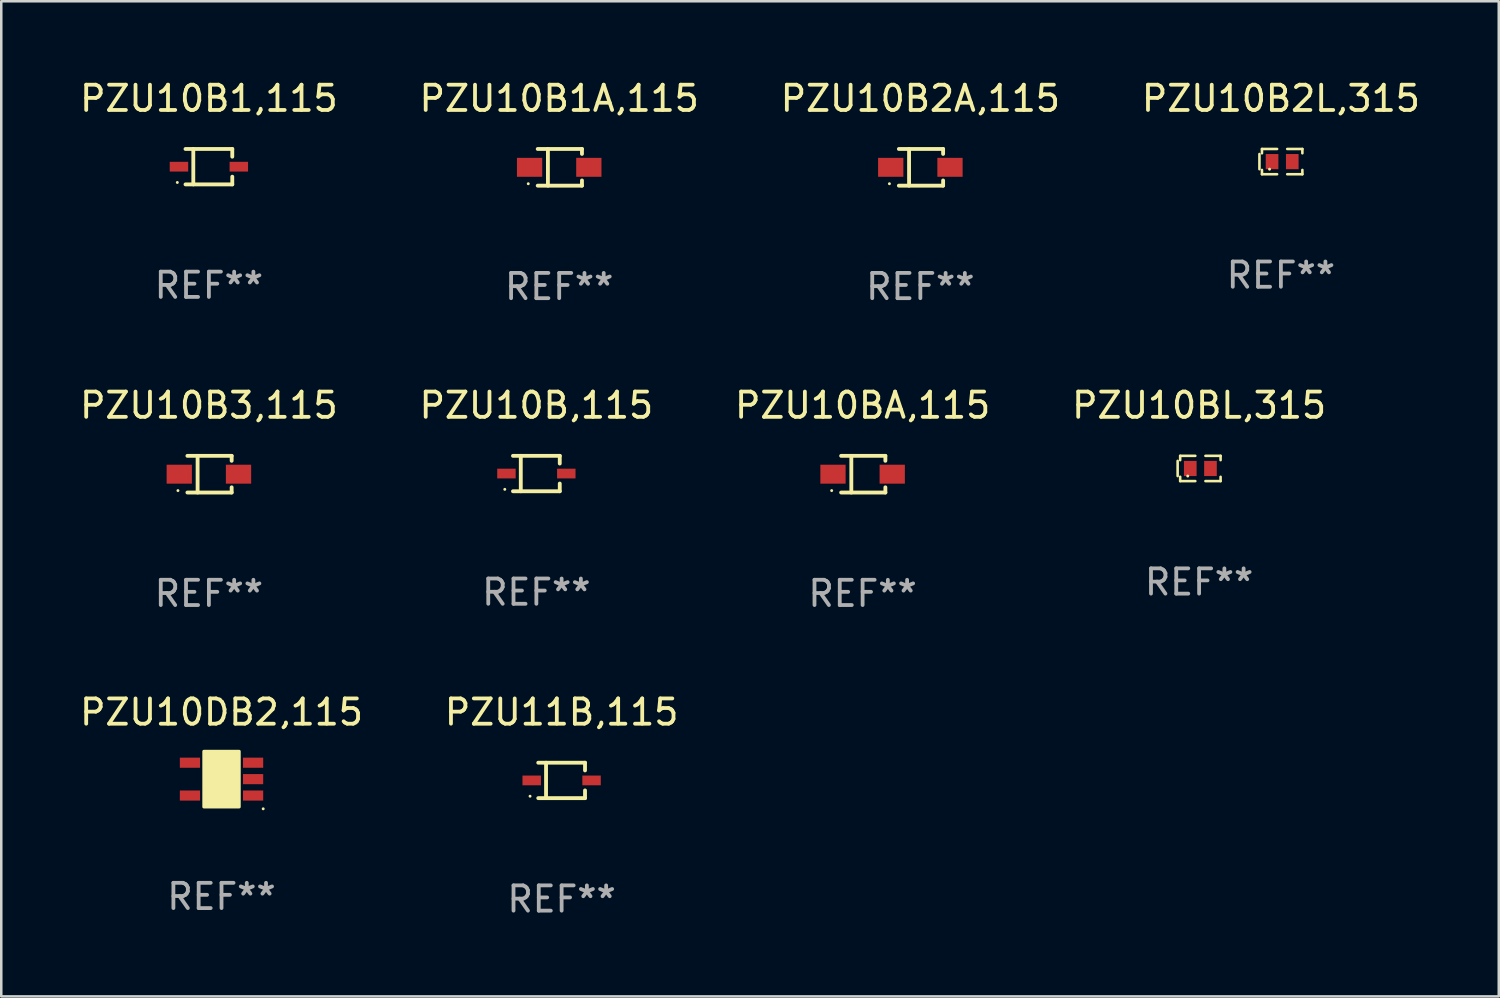
<source format=kicad_pcb>
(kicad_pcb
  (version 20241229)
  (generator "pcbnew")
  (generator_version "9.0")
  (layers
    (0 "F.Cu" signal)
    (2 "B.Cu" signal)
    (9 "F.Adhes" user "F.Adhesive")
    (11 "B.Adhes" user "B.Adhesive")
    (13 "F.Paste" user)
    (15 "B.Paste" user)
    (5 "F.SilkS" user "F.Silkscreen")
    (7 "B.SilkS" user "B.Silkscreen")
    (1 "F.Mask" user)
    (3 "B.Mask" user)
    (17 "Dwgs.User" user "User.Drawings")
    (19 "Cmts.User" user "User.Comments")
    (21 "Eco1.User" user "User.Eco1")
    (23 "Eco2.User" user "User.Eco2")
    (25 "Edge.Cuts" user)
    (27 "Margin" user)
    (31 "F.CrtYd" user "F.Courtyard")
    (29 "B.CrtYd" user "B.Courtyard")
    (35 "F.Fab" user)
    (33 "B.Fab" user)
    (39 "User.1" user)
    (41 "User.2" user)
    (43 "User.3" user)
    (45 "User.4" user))
  (footprint "PZU10B3,115"
    (layer "F.Cu")
    (at 5.22 15.723)
    (property "Reference" "PZU10B3,115" (at 0 -2.726 0) (layer "F.SilkS") (effects (font (size 1 1) (thickness 0.15))))
    (attr through_hole)
    (fp_line (start -0.851 -0.726) (end 0.901 -0.726) (stroke (width 0.152) (type solid)) (layer "F.SilkS"))
    (fp_line (start -0.851 0.726) (end 0.901 0.726) (stroke (width 0.152) (type solid)) (layer "F.SilkS"))
    (fp_line (start -0.447 -0.726) (end -0.447 0.726) (stroke (width 0.152) (type solid)) (layer "F.SilkS"))
    (fp_line (start 0.901 -0.726) (end 0.901 -0.53) (stroke (width 0.152) (type solid)) (layer "F.SilkS"))
    (fp_line (start 0.901 0.726) (end 0.901 0.52) (stroke (width 0.152) (type solid)) (layer "F.SilkS"))
    (fp_circle (center -1.225 0.65) (end -1.195 0.65) (stroke (width 0.06) (type solid)) (fill no) (layer "F.SilkS"))
    (fp_text user "REF**" (at 0 4.726 0) (layer "F.Fab") (effects (font (size 1 1) (thickness 0.15))))
    (pad "1" smd rect (at -1.173 0) (size 1 0.75) (layers "F.Cu" "F.Mask" "F.Paste"))
    (pad "2" smd rect (at 1.173 0) (size 1 0.75) (layers "F.Cu" "F.Mask" "F.Paste")))
  (footprint "PZU11B,115"
    (layer "F.Cu")
    (at 19.185 27.847)
    (property "Reference" "PZU11B,115" (at 0 -2.701 0) (layer "F.SilkS") (effects (font (size 1 1) (thickness 0.15))))
    (attr through_hole)
    (fp_line (start -0.926 -0.701) (end 0.926 -0.701) (stroke (width 0.152) (type solid)) (layer "F.SilkS"))
    (fp_line (start -0.926 0.701) (end 0.926 0.701) (stroke (width 0.152) (type solid)) (layer "F.SilkS"))
    (fp_line (start -0.617 -0.701) (end -0.617 0.701) (stroke (width 0.152) (type solid)) (layer "F.SilkS"))
    (fp_line (start 0.926 -0.701) (end 0.926 -0.396) (stroke (width 0.152) (type solid)) (layer "F.SilkS"))
    (fp_line (start 0.926 0.701) (end 0.926 0.396) (stroke (width 0.152) (type solid)) (layer "F.SilkS"))
    (fp_circle (center -1.25 0.625) (end -1.22 0.625) (stroke (width 0.06) (type solid)) (fill no) (layer "F.SilkS"))
    (fp_text user "REF**" (at 0 4.701 0) (layer "F.Fab") (effects (font (size 1 1) (thickness 0.15))))
    (pad "1" smd rect (at -1.185 0 180) (size 0.73 0.385) (layers "F.Cu" "F.Mask" "F.Paste"))
    (pad "2" smd rect (at 1.185 0 180) (size 0.73 0.385) (layers "F.Cu" "F.Mask" "F.Paste")))
  (footprint "PZU10B1A,115"
    (layer "F.Cu")
    (at 19.089 3.574)
    (property "Reference" "PZU10B1A,115" (at 0 -2.726 0) (layer "F.SilkS") (effects (font (size 1 1) (thickness 0.15))))
    (attr through_hole)
    (fp_line (start -0.851 -0.726) (end 0.901 -0.726) (stroke (width 0.152) (type solid)) (layer "F.SilkS"))
    (fp_line (start -0.851 0.726) (end 0.901 0.726) (stroke (width 0.152) (type solid)) (layer "F.SilkS"))
    (fp_line (start -0.447 -0.726) (end -0.447 0.726) (stroke (width 0.152) (type solid)) (layer "F.SilkS"))
    (fp_line (start 0.901 -0.726) (end 0.901 -0.53) (stroke (width 0.152) (type solid)) (layer "F.SilkS"))
    (fp_line (start 0.901 0.726) (end 0.901 0.52) (stroke (width 0.152) (type solid)) (layer "F.SilkS"))
    (fp_circle (center -1.225 0.65) (end -1.195 0.65) (stroke (width 0.06) (type solid)) (fill no) (layer "F.SilkS"))
    (fp_text user "REF**" (at 0 4.726 0) (layer "F.Fab") (effects (font (size 1 1) (thickness 0.15))))
    (pad "1" smd rect (at -1.173 0) (size 1 0.75) (layers "F.Cu" "F.Mask" "F.Paste"))
    (pad "2" smd rect (at 1.173 0) (size 1 0.75) (layers "F.Cu" "F.Mask" "F.Paste")))
  (footprint "PZU10B,115"
    (layer "F.Cu")
    (at 18.185 15.698)
    (property "Reference" "PZU10B,115" (at 0 -2.701 0) (layer "F.SilkS") (effects (font (size 1 1) (thickness 0.15))))
    (attr through_hole)
    (fp_line (start -0.926 -0.701) (end 0.926 -0.701) (stroke (width 0.152) (type solid)) (layer "F.SilkS"))
    (fp_line (start -0.926 0.701) (end 0.926 0.701) (stroke (width 0.152) (type solid)) (layer "F.SilkS"))
    (fp_line (start -0.617 -0.701) (end -0.617 0.701) (stroke (width 0.152) (type solid)) (layer "F.SilkS"))
    (fp_line (start 0.926 -0.701) (end 0.926 -0.396) (stroke (width 0.152) (type solid)) (layer "F.SilkS"))
    (fp_line (start 0.926 0.701) (end 0.926 0.396) (stroke (width 0.152) (type solid)) (layer "F.SilkS"))
    (fp_circle (center -1.25 0.625) (end -1.22 0.625) (stroke (width 0.06) (type solid)) (fill no) (layer "F.SilkS"))
    (fp_text user "REF**" (at 0 4.701 0) (layer "F.Fab") (effects (font (size 1 1) (thickness 0.15))))
    (pad "1" smd rect (at -1.185 0 180) (size 0.73 0.385) (layers "F.Cu" "F.Mask" "F.Paste"))
    (pad "2" smd rect (at 1.185 0 180) (size 0.73 0.385) (layers "F.Cu" "F.Mask" "F.Paste")))
  (footprint "PZU10BA,115"
    (layer "F.Cu")
    (at 31.101 15.723)
    (property "Reference" "PZU10BA,115" (at 0 -2.726 0) (layer "F.SilkS") (effects (font (size 1 1) (thickness 0.15))))
    (attr through_hole)
    (fp_line (start -0.851 -0.726) (end 0.901 -0.726) (stroke (width 0.152) (type solid)) (layer "F.SilkS"))
    (fp_line (start -0.851 0.726) (end 0.901 0.726) (stroke (width 0.152) (type solid)) (layer "F.SilkS"))
    (fp_line (start -0.447 -0.726) (end -0.447 0.726) (stroke (width 0.152) (type solid)) (layer "F.SilkS"))
    (fp_line (start 0.901 -0.726) (end 0.901 -0.53) (stroke (width 0.152) (type solid)) (layer "F.SilkS"))
    (fp_line (start 0.901 0.726) (end 0.901 0.52) (stroke (width 0.152) (type solid)) (layer "F.SilkS"))
    (fp_circle (center -1.225 0.65) (end -1.195 0.65) (stroke (width 0.06) (type solid)) (fill no) (layer "F.SilkS"))
    (fp_text user "REF**" (at 0 4.726 0) (layer "F.Fab") (effects (font (size 1 1) (thickness 0.15))))
    (pad "1" smd rect (at -1.173 0) (size 1 0.75) (layers "F.Cu" "F.Mask" "F.Paste"))
    (pad "2" smd rect (at 1.173 0) (size 1 0.75) (layers "F.Cu" "F.Mask" "F.Paste")))
  (footprint "PZU10DB2,115"
    (layer "F.Cu")
    (at 5.72 27.796)
    (property "Reference" "PZU10DB2,115" (at 0 -2.65 0) (layer "F.SilkS") (effects (font (size 1 1) (thickness 0.15))))
    (attr through_hole)
    (fp_arc (start 0.381001 0.637541) (mid 0.380995 0.636271) (end 0.381001 0.635001) (stroke (width 0.24892) (type solid)) (layer "F.SilkS"))
    (fp_circle (center 1.65 1.175) (end 1.68 1.175) (stroke (width 0.06) (type solid)) (fill no) (layer "F.SilkS"))
    (fp_poly (pts (xy -0.7 -1.1) (xy 0.7 -1.1) (xy 0.7 1.1) (xy -0.7 1.1)) (stroke (width 0.12) (type solid)) (fill yes) (layer "F.SilkS"))
    (fp_text user "REF**" (at 0 4.65 0) (layer "F.Fab") (effects (font (size 1 1) (thickness 0.15))))
    (pad "1" smd rect (at 1.25 0.65 270) (size 0.4 0.8) (layers "F.Cu" "F.Mask" "F.Paste"))
    (pad "2" smd rect (at 1.25 0 270) (size 0.4 0.8) (layers "F.Cu" "F.Mask" "F.Paste"))
    (pad "3" smd rect (at 1.25 -0.65 270) (size 0.4 0.8) (layers "F.Cu" "F.Mask" "F.Paste"))
    (pad "4" smd rect (at -1.25 -0.65 270) (size 0.4 0.8) (layers "F.Cu" "F.Mask" "F.Paste"))
    (pad "5" smd rect (at -1.25 0.65 270) (size 0.4 0.8) (layers "F.Cu" "F.Mask" "F.Paste")))
  (footprint "PZU10B2L,315"
    (layer "F.Cu")
    (at 47.661 3.348)
    (property "Reference" "PZU10B2L,315" (at 0 -2.5 0) (layer "F.SilkS") (effects (font (size 1 1) (thickness 0.15))))
    (attr through_hole)
    (fp_line (start -0.85 -0.3) (end -0.85 0.3) (stroke (width 0.102) (type solid)) (layer "F.SilkS"))
    (fp_line (start -0.75 -0.5) (end -0.75 -0.329) (stroke (width 0.102) (type solid)) (layer "F.SilkS"))
    (fp_line (start -0.75 0.329) (end -0.75 0.5) (stroke (width 0.102) (type solid)) (layer "F.SilkS"))
    (fp_line (start -0.75 0.5) (end -0.15 0.5) (stroke (width 0.102) (type solid)) (layer "F.SilkS"))
    (fp_line (start -0.15 -0.5) (end -0.75 -0.5) (stroke (width 0.102) (type solid)) (layer "F.SilkS"))
    (fp_line (start 0.25 -0.5) (end 0.85 -0.5) (stroke (width 0.102) (type solid)) (layer "F.SilkS"))
    (fp_line (start 0.85 -0.5) (end 0.85 -0.33) (stroke (width 0.102) (type solid)) (layer "F.SilkS"))
    (fp_line (start 0.85 0.33) (end 0.85 0.5) (stroke (width 0.102) (type solid)) (layer "F.SilkS"))
    (fp_line (start 0.85 0.5) (end 0.25 0.5) (stroke (width 0.102) (type solid)) (layer "F.SilkS"))
    (fp_circle (center -0.45 0.3) (end -0.42 0.3) (stroke (width 0.06) (type solid)) (fill no) (layer "F.SilkS"))
    (fp_text user "REF**" (at 0 4.5 0) (layer "F.Fab") (effects (font (size 1 1) (thickness 0.15))))
    (pad "1" smd rect (at -0.35 0) (size 0.5 0.6) (layers "F.Cu" "F.Mask" "F.Paste"))
    (pad "2" smd rect (at 0.45 0) (size 0.5 0.6) (layers "F.Cu" "F.Mask" "F.Paste")))
  (footprint "PZU10B2A,115"
    (layer "F.Cu")
    (at 33.387 3.574)
    (property "Reference" "PZU10B2A,115" (at 0 -2.726 0) (layer "F.SilkS") (effects (font (size 1 1) (thickness 0.15))))
    (attr through_hole)
    (fp_line (start -0.851 -0.726) (end 0.901 -0.726) (stroke (width 0.152) (type solid)) (layer "F.SilkS"))
    (fp_line (start -0.851 0.726) (end 0.901 0.726) (stroke (width 0.152) (type solid)) (layer "F.SilkS"))
    (fp_line (start -0.447 -0.726) (end -0.447 0.726) (stroke (width 0.152) (type solid)) (layer "F.SilkS"))
    (fp_line (start 0.901 -0.726) (end 0.901 -0.53) (stroke (width 0.152) (type solid)) (layer "F.SilkS"))
    (fp_line (start 0.901 0.726) (end 0.901 0.52) (stroke (width 0.152) (type solid)) (layer "F.SilkS"))
    (fp_circle (center -1.225 0.65) (end -1.195 0.65) (stroke (width 0.06) (type solid)) (fill no) (layer "F.SilkS"))
    (fp_text user "REF**" (at 0 4.726 0) (layer "F.Fab") (effects (font (size 1 1) (thickness 0.15))))
    (pad "1" smd rect (at -1.173 0) (size 1 0.75) (layers "F.Cu" "F.Mask" "F.Paste"))
    (pad "2" smd rect (at 1.173 0) (size 1 0.75) (layers "F.Cu" "F.Mask" "F.Paste")))
  (footprint "PZU10B1,115"
    (layer "F.Cu")
    (at 5.22 3.549)
    (property "Reference" "PZU10B1,115" (at 0 -2.701 0) (layer "F.SilkS") (effects (font (size 1 1) (thickness 0.15))))
    (attr through_hole)
    (fp_line (start -0.926 -0.701) (end 0.926 -0.701) (stroke (width 0.152) (type solid)) (layer "F.SilkS"))
    (fp_line (start -0.926 0.701) (end 0.926 0.701) (stroke (width 0.152) (type solid)) (layer "F.SilkS"))
    (fp_line (start -0.617 -0.701) (end -0.617 0.701) (stroke (width 0.152) (type solid)) (layer "F.SilkS"))
    (fp_line (start 0.926 -0.701) (end 0.926 -0.396) (stroke (width 0.152) (type solid)) (layer "F.SilkS"))
    (fp_line (start 0.926 0.701) (end 0.926 0.396) (stroke (width 0.152) (type solid)) (layer "F.SilkS"))
    (fp_circle (center -1.25 0.625) (end -1.22 0.625) (stroke (width 0.06) (type solid)) (fill no) (layer "F.SilkS"))
    (fp_text user "REF**" (at 0 4.701 0) (layer "F.Fab") (effects (font (size 1 1) (thickness 0.15))))
    (pad "1" smd rect (at -1.185 0 180) (size 0.73 0.385) (layers "F.Cu" "F.Mask" "F.Paste"))
    (pad "2" smd rect (at 1.185 0 180) (size 0.73 0.385) (layers "F.Cu" "F.Mask" "F.Paste")))
  (footprint "PZU10BL,315"
    (layer "F.Cu")
    (at 44.423 15.497)
    (property "Reference" "PZU10BL,315" (at 0 -2.5 0) (layer "F.SilkS") (effects (font (size 1 1) (thickness 0.15))))
    (attr through_hole)
    (fp_line (start -0.85 -0.3) (end -0.85 0.3) (stroke (width 0.102) (type solid)) (layer "F.SilkS"))
    (fp_line (start -0.75 -0.5) (end -0.75 -0.329) (stroke (width 0.102) (type solid)) (layer "F.SilkS"))
    (fp_line (start -0.75 0.329) (end -0.75 0.5) (stroke (width 0.102) (type solid)) (layer "F.SilkS"))
    (fp_line (start -0.75 0.5) (end -0.15 0.5) (stroke (width 0.102) (type solid)) (layer "F.SilkS"))
    (fp_line (start -0.15 -0.5) (end -0.75 -0.5) (stroke (width 0.102) (type solid)) (layer "F.SilkS"))
    (fp_line (start 0.25 -0.5) (end 0.85 -0.5) (stroke (width 0.102) (type solid)) (layer "F.SilkS"))
    (fp_line (start 0.85 -0.5) (end 0.85 -0.33) (stroke (width 0.102) (type solid)) (layer "F.SilkS"))
    (fp_line (start 0.85 0.33) (end 0.85 0.5) (stroke (width 0.102) (type solid)) (layer "F.SilkS"))
    (fp_line (start 0.85 0.5) (end 0.25 0.5) (stroke (width 0.102) (type solid)) (layer "F.SilkS"))
    (fp_circle (center -0.45 0.3) (end -0.42 0.3) (stroke (width 0.06) (type solid)) (fill no) (layer "F.SilkS"))
    (fp_text user "REF**" (at 0 4.5 0) (layer "F.Fab") (effects (font (size 1 1) (thickness 0.15))))
    (pad "1" smd rect (at -0.35 0) (size 0.5 0.6) (layers "F.Cu" "F.Mask" "F.Paste"))
    (pad "2" smd rect (at 0.45 0) (size 0.5 0.6) (layers "F.Cu" "F.Mask" "F.Paste")))
  (gr_rect
    (start -3 -3)
    (end 56.286 36.397)
    (stroke (width 0.1) (type default))
    (fill no)
    (layer "Edge.Cuts")))
</source>
